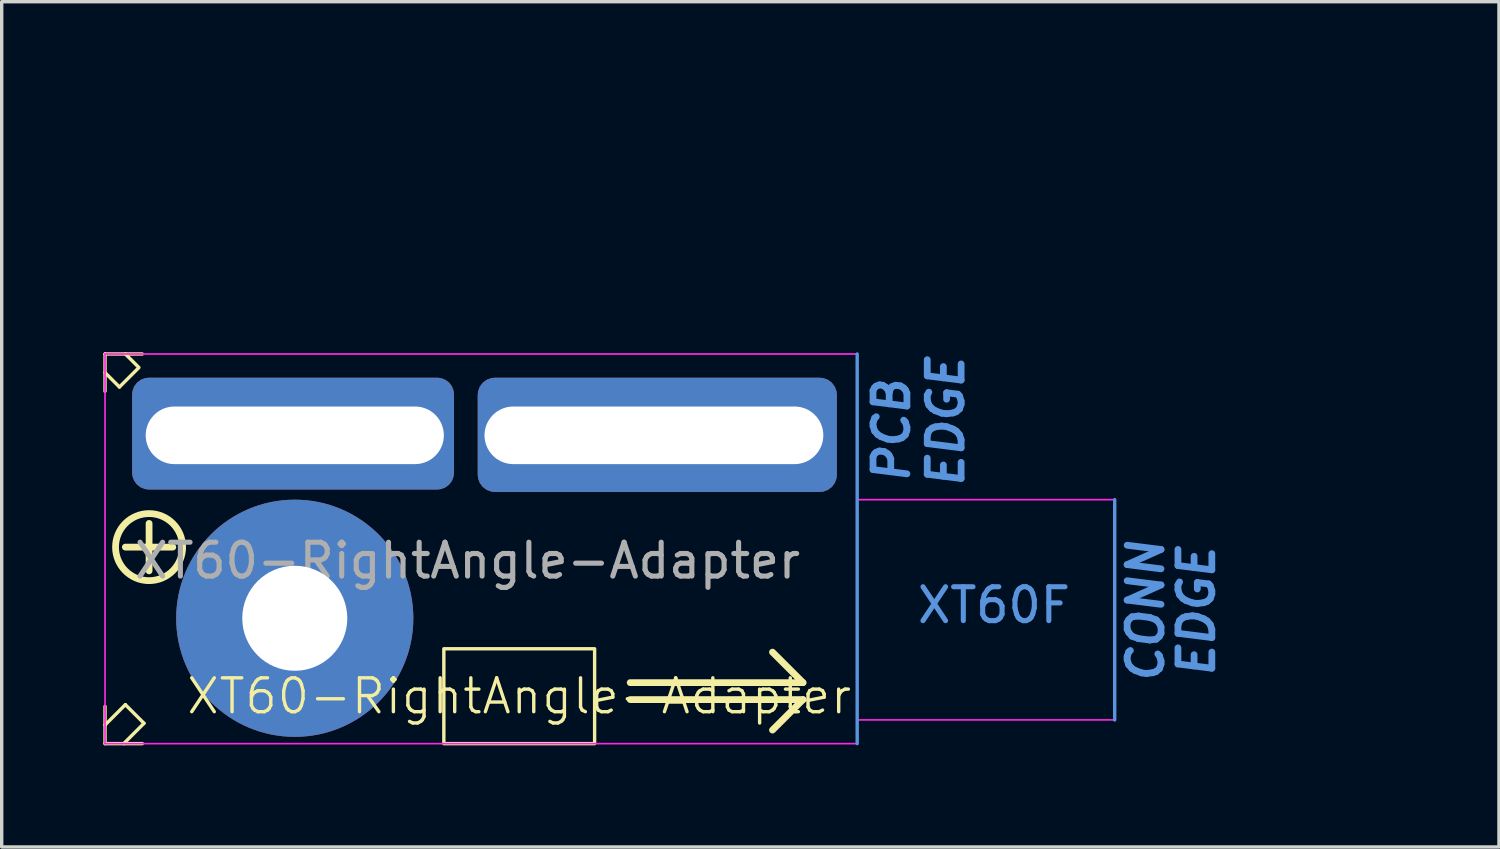
<source format=kicad_pcb>
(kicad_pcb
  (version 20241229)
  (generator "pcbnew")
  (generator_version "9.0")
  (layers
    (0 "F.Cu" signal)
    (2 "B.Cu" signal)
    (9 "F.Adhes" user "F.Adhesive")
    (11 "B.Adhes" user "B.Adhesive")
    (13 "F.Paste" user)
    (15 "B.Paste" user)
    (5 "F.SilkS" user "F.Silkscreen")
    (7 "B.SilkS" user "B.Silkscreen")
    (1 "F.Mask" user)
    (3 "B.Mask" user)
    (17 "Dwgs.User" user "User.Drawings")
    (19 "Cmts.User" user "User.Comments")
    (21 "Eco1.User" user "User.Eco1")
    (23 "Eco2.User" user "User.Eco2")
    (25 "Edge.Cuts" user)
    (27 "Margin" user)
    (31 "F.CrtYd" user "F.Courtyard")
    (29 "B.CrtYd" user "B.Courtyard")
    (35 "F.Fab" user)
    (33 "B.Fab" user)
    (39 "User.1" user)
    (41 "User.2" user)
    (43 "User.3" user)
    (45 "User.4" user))
  (footprint "XT60-RightAngle-Adapter"
    (layer "F.Cu")
    (at 10.75 9.898)
    (property "Reference" "XT60-RightAngle-Adapter" (at 1.525 7.6 0) (unlocked yes) (layer "F.SilkS") (effects (font (size 1 1) (thickness 0.1))))
    (attr smd)
    (fp_line (start -7.3 3.2) (end -6.5 4) (stroke (width 0.7) (type solid)) (layer "B.Mask"))
    (fp_line (start -7.2 7.5) (end -6.4 6.7) (stroke (width 0.7) (type solid)) (layer "B.Mask"))
    (fp_line (start -7.034 5.3) (end -8.166 5.3) (stroke (width 0.7) (type solid)) (layer "B.Mask"))
    (fp_line (start -5.1 3.366) (end -5.1 2.234) (stroke (width 0.7) (type solid)) (layer "B.Mask"))
    (fp_line (start -5 7.234) (end -5 8.366) (stroke (width 0.7) (type solid)) (layer "B.Mask"))
    (fp_line (start -3.7 4) (end -2.9 3.2) (stroke (width 0.7) (type solid)) (layer "B.Mask"))
    (fp_line (start -2.9 7.5) (end -3.7 6.7) (stroke (width 0.7) (type solid)) (layer "B.Mask"))
    (fp_line (start -2.034 5.3) (end -3.166 5.3) (stroke (width 0.7) (type solid)) (layer "B.Mask"))
    (fp_circle (center -5.1 5.3) (end -3.8 4) (stroke (width 0.5) (type solid)) (fill no) (layer "B.Mask"))
    (fp_line (start -10.7 -2.5) (end -10.7 -1.4) (stroke (width 0.1) (type default)) (layer "F.SilkS"))
    (fp_line (start -10.7 -1.95) (end -10.275 -1.525) (stroke (width 0.1) (type default)) (layer "F.SilkS"))
    (fp_line (start -10.7 7.9) (end -10.7 9) (stroke (width 0.1) (type default)) (layer "F.SilkS"))
    (fp_line (start -10.7 8.45) (end -10.1 7.85) (stroke (width 0.1) (type default)) (layer "F.SilkS"))
    (fp_line (start -10.7 9) (end -9.6 9) (stroke (width 0.1) (type default)) (layer "F.SilkS"))
    (fp_line (start -10.15 9) (end -9.55 8.4) (stroke (width 0.1) (type default)) (layer "F.SilkS"))
    (fp_line (start -10.1 -2.5) (end -9.7 -2.1) (stroke (width 0.1) (type default)) (layer "F.SilkS"))
    (fp_line (start -10.1 7.85) (end -9.55 8.4) (stroke (width 0.1) (type default)) (layer "F.SilkS"))
    (fp_line (start -9.725 -2.075) (end -10.275 -1.525) (stroke (width 0.1) (type default)) (layer "F.SilkS"))
    (fp_line (start -9.6 -2.5) (end -10.7 -2.5) (stroke (width 0.1) (type default)) (layer "F.SilkS"))
    (fp_line (start -9.4 3.9) (end -9.4 2.5) (stroke (width 0.2) (type solid)) (layer "F.SilkS"))
    (fp_line (start -8.7 3.2) (end -10.1 3.2) (stroke (width 0.2) (type solid)) (layer "F.SilkS"))
    (fp_line (start 4.8 7.2) (end 9.9 7.2) (stroke (width 0.2) (type solid)) (layer "F.SilkS"))
    (fp_line (start 4.8 7.7) (end 9.9 7.7) (stroke (width 0.2) (type solid)) (layer "F.SilkS"))
    (fp_line (start 9.9 7.2) (end 9 6.3) (stroke (width 0.2) (type solid)) (layer "F.SilkS"))
    (fp_line (start 9.9 7.7) (end 9 8.6) (stroke (width 0.2) (type solid)) (layer "F.SilkS"))
    (fp_rect (start -0.7 6.2) (end 3.75 9) (stroke (width 0.1) (type default)) (fill no) (layer "F.SilkS"))
    (fp_circle (center -9.4 3.2) (end -8.7 2.5) (stroke (width 0.2) (type solid)) (fill no) (layer "F.SilkS"))
    (fp_line (start 11.5 -2.5) (end 11.5 9) (stroke (width 0.1) (type solid)) (layer "Cmts.User"))
    (fp_line (start 19.1 1.8) (end 19.1 8.3) (stroke (width 0.1) (type solid)) (layer "Cmts.User"))
    (fp_line (start -10.7 -2.5) (end -10.7 9) (stroke (width 0.05) (type default)) (layer "F.CrtYd"))
    (fp_line (start -10.7 9) (end 11.5 9) (stroke (width 0.05) (type default)) (layer "F.CrtYd"))
    (fp_line (start 11.5 -2.5) (end -10.7 -2.5) (stroke (width 0.05) (type default)) (layer "F.CrtYd"))
    (fp_line (start 11.5 1.8) (end 11.5 -2.5) (stroke (width 0.05) (type default)) (layer "F.CrtYd"))
    (fp_line (start 11.5 1.8) (end 19.1 1.8) (stroke (width 0.05) (type default)) (layer "F.CrtYd"))
    (fp_line (start 11.5 9) (end 11.5 8.3) (stroke (width 0.05) (type default)) (layer "F.CrtYd"))
    (fp_line (start 19.1 1.8) (end 19.1 8.3) (stroke (width 0.05) (type default)) (layer "F.CrtYd"))
    (fp_line (start 19.1 8.3) (end 11.5 8.3) (stroke (width 0.05) (type default)) (layer "F.CrtYd"))
    (fp_line (start 19.1 1.8) (end 11.5 1.8) (stroke (width 0.1) (type default)) (layer "User.2"))
    (fp_line (start 19.1 8.3) (end 11.5 8.3) (stroke (width 0.1) (type default)) (layer "User.2"))
    (fp_text user "CONN" (at 20.6 7.3 90) (unlocked yes) (layer "Cmts.User") (effects (font (size 1 1) (thickness 0.2) (bold yes) (italic yes)) (justify left bottom)))
    (fp_text user " EDGE" (at 14.7 2.3 90) (unlocked yes) (layer "Cmts.User") (effects (font (size 1 1) (thickness 0.2) (bold yes) (italic yes)) (justify left bottom)))
    (fp_text user "PCB" (at 13.1 1.4 90) (unlocked yes) (layer "Cmts.User") (effects (font (size 1 1) (thickness 0.2) (bold yes) (italic yes)) (justify left bottom)))
    (fp_text user "XT60F" (at 13.2 5.5 0) (unlocked yes) (layer "Cmts.User") (effects (font (size 1 1) (thickness 0.15)) (justify left bottom)))
    (fp_text user " EDGE" (at 22.1 7.9 90) (unlocked yes) (layer "Cmts.User") (effects (font (size 1 1) (thickness 0.2) (bold yes) (italic yes)) (justify left bottom)))
    (fp_text user "${REFERENCE}" (at 0 3.6 0) (unlocked yes) (layer "F.Fab") (effects (font (size 1 1) (thickness 0.15))))
    (dimension (type orthogonal) (layer "User.1") (pts (xy 0.05 7.398) (xy 22.25 7.398)) (height -5.4) (orientation 0) (format (prefix "") (suffix "") (units 3) (units_format 0) (precision 4) (suppress_zeroes yes)) (style (thickness 0.1) (arrow_length 1.27) (text_position_mode 0) (arrow_direction outward) (extension_height 0.586) (extension_offset 0.5) (keep_text_aligned yes)) (gr_text "22.2" (at 11.15 0.848 0) (layer "User.1") (effects (font (size 1 1) (thickness 0.15)))))
    (dimension (type orthogonal) (layer "User.1") (pts (xy 10.05 9.798) (xy 11.25 9.798)) (height -3.707) (orientation 0) (format (prefix "") (suffix "") (units 3) (units_format 0) (precision 4) (suppress_zeroes yes)) (style (thickness 0.1) (arrow_length 0.4) (text_position_mode 2) (arrow_direction outward) (extension_height 0.586) (extension_offset 0.5) (keep_text_aligned yes)) (gr_text "1.2" (at 10.65 5.391 0) (layer "User.1") (effects (font (size 0.4 0.4) (thickness 0.15)))))
    (dimension (type orthogonal) (layer "User.1") (pts (xy 11.25 9.798) (xy 21.25 9.798)) (height -3.707) (orientation 0) (format (prefix "") (suffix "") (units 3) (units_format 0) (precision 4) (suppress_zeroes yes)) (style (thickness 0.1) (arrow_length 1.27) (text_position_mode 0) (arrow_direction outward) (extension_height 0.586) (extension_offset 0.5) (keep_text_aligned yes)) (gr_text "10" (at 16.25 4.941 0) (layer "User.1") (effects (font (size 1 1) (thickness 0.15)))))
    (dimension (type orthogonal) (layer "User.1") (pts (xy 22.25 7.398) (xy 22.25 18.898)) (height 15.3) (orientation 1) (format (prefix "") (suffix "") (units 3) (units_format 0) (precision 4) (suppress_zeroes yes)) (style (thickness 0.1) (arrow_length 1.27) (text_position_mode 0) (arrow_direction outward) (extension_height 0.586) (extension_offset 0.5) (keep_text_aligned yes)) (gr_text "11.5" (at 36.4 13.148 90) (layer "User.1") (effects (font (size 1 1) (thickness 0.15)))))
    (dimension (type orthogonal) (layer "User.1") (pts (xy 1.25 9.798) (xy 10.05 9.798)) (height -3.7) (orientation 0) (format (prefix "") (suffix "") (units 3) (units_format 0) (precision 4) (suppress_zeroes yes)) (style (thickness 0.1) (arrow_length 1.27) (text_position_mode 0) (arrow_direction outward) (extension_height 0.586) (extension_offset 0.5) (keep_text_aligned yes)) (gr_text "8.8" (at 5.65 4.948 0) (layer "User.1") (effects (font (size 1 1) (thickness 0.15)))))
    (pad "1" thru_hole roundrect (at -5.1 -0.1) (size 9.5 3.3) (drill oval 8.8 1.7 (offset -0.05 -0.05)) (layers "*.Cu" "*.Mask") (roundrect_rratio 0.15))
    (pad "1" thru_hole circle (at -5.1 5.3) (size 7 7) (drill 3.1) (layers "*.Cu" "F.Mask"))
    (pad "2" thru_hole roundrect (at 5.5 -0.1) (size 10.6 3.371) (drill oval 10 1.7 (offset 0.1 -0.014)) (layers "*.Cu" "*.Mask") (roundrect_rratio 0.15)))
  (gr_rect
    (start -3 -3)
    (end 41.192 21.948)
    (stroke (width 0.1) (type default))
    (fill no)
    (layer "Edge.Cuts")))
</source>
